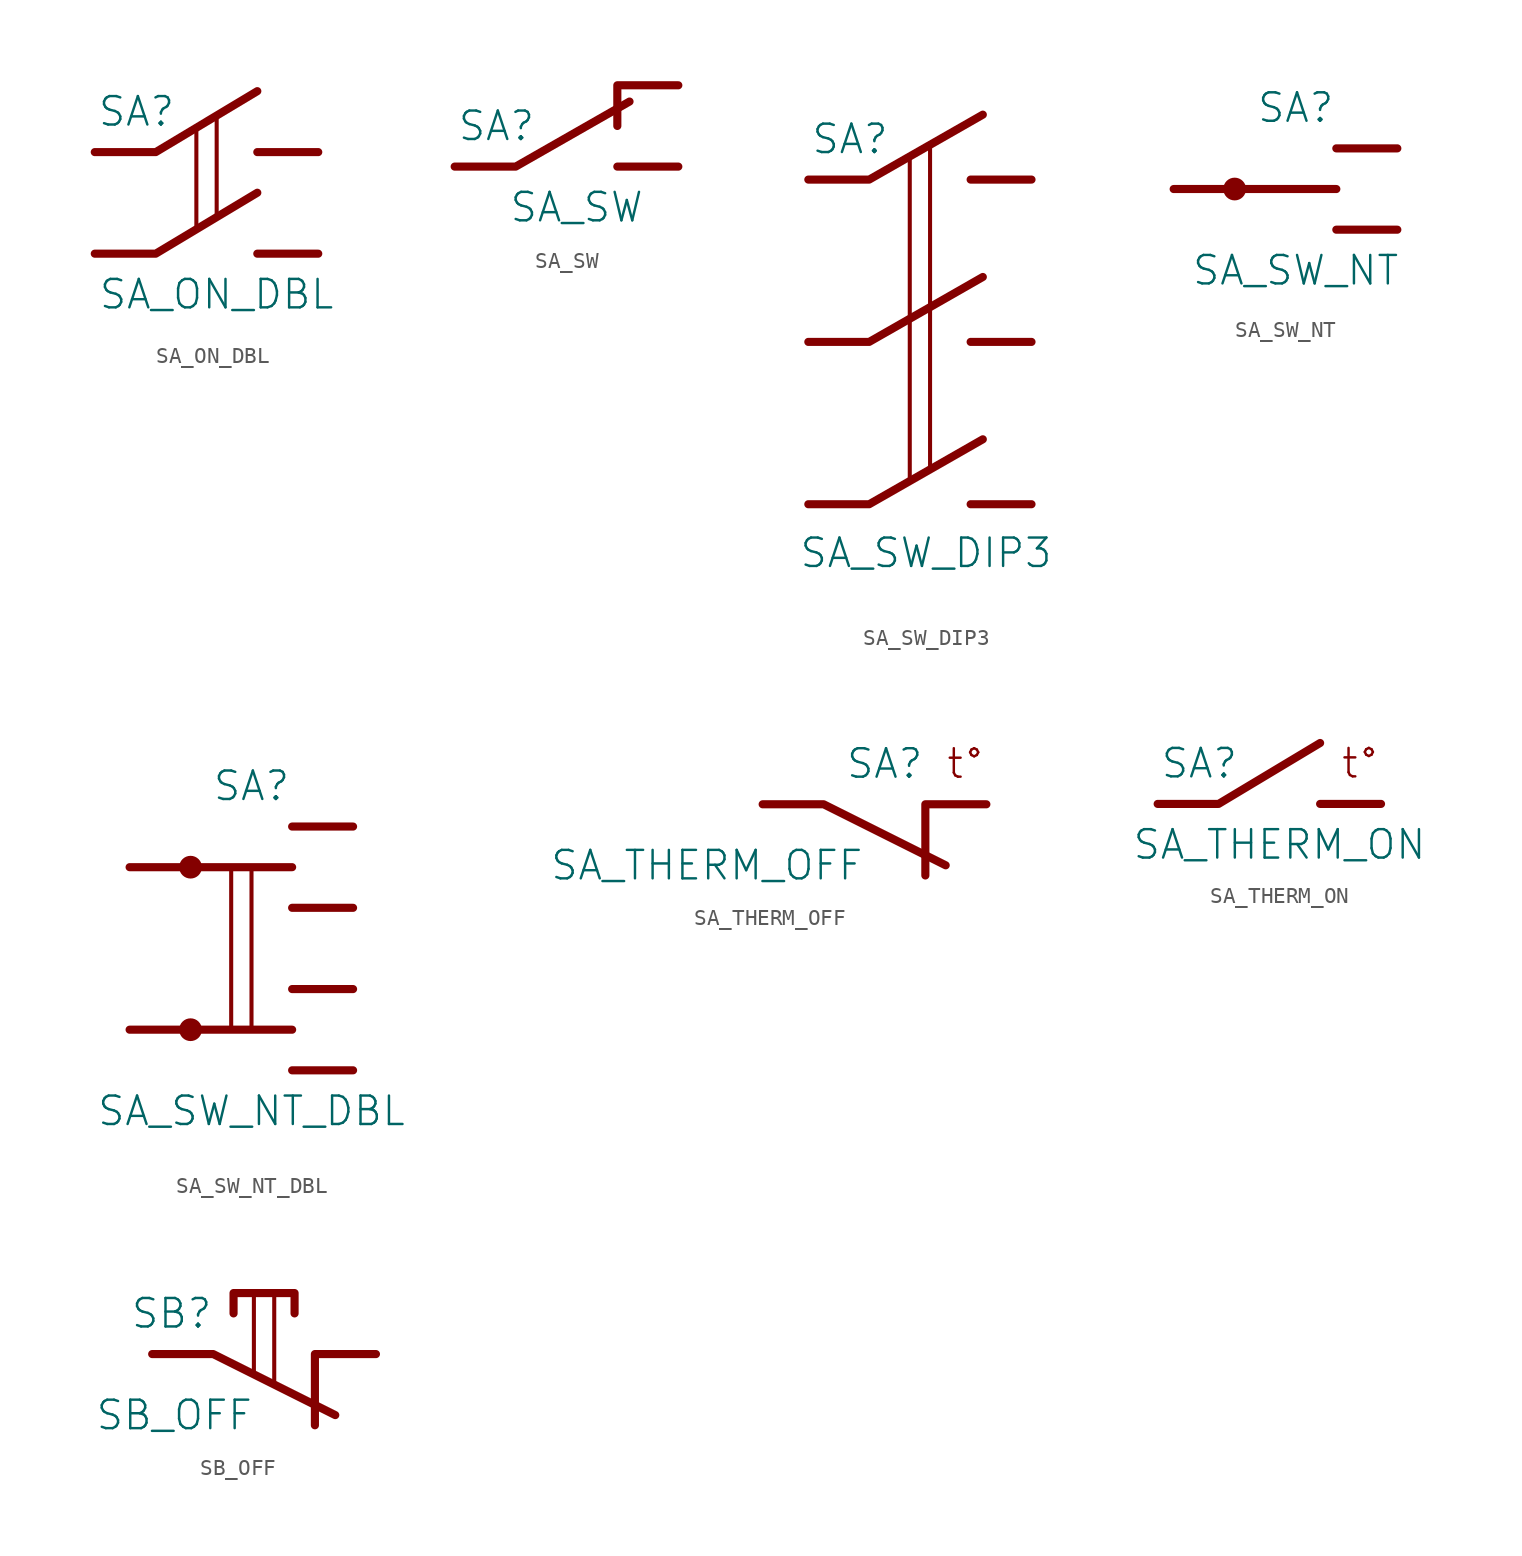
<source format=kicad_sym>
(kicad_symbol_lib
  (version 20211014)
  (generator kicad_symbol_editor)
  (symbol "SA_ON_DBL"
    (pin_names
      (offset 0))
    (property "Reference" "SA"
      (at -2.54 6.35 0)
      (effects (font (size 1.778 1.778)) (justify right)))
    (property "Value" "SA_ON_DBL"
      (at 0 -5.08 0)
      (effects (font (size 1.778 1.778))))
    (symbol "SA_ON_DBL_0_1"
      (polyline (pts (xy -1.27 5.334) (xy -1.27 -1.016)) (stroke (width 0.254) (type default) (color 0 0 0 0)) (fill (type none)))
      (polyline (pts (xy 0 6.096) (xy 0 -0.254)) (stroke (width 0.254) (type default) (color 0 0 0 0)) (fill (type none)))
      (polyline (pts (xy 6.35 -2.54) (xy 2.54 -2.54)) (stroke (width 0.508) (type default) (color 0 0 0 0)) (fill (type none)))
      (polyline (pts (xy 6.35 3.81) (xy 2.54 3.81)) (stroke (width 0.508) (type default) (color 0 0 0 0)) (fill (type none)))
      (polyline (pts (xy -7.62 -2.54) (xy -3.81 -2.54) (xy 2.54 1.27)) (stroke (width 0.508) (type default) (color 0 0 0 0)) (fill (type none)))
      (polyline (pts (xy -7.62 3.81) (xy -3.81 3.81) (xy 2.54 7.62)) (stroke (width 0.508) (type default) (color 0 0 0 0)) (fill (type none))))
    (symbol "SA_ON_DBL_1_1"
      (pin passive line (at -7.62 3.81 0) (length 2.54) hide (name "~" (effects (font (size 1.27 1.27)))) (number "1" (effects (font (size 1.27 1.27)))))
      (pin passive line (at 6.35 3.81 180) (length 2.54) hide (name "~" (effects (font (size 1.27 1.27)))) (number "2" (effects (font (size 1.27 1.27)))))
      (pin passive line (at -7.62 -2.54 0) (length 2.54) hide (name "~" (effects (font (size 1.27 1.27)))) (number "3" (effects (font (size 1.27 1.27)))))
      (pin passive line (at 6.35 -2.54 180) (length 2.54) hide (name "~" (effects (font (size 1.27 1.27)))) (number "4" (effects (font (size 1.27 1.27)))))))
  (symbol "SA_SW"
    (pin_names
      (offset 0))
    (property "Reference" "SA"
      (at -2.54 2.54 0)
      (effects (font (size 1.778 1.778)) (justify right)))
    (property "Value" "SA_SW"
      (at 0 -2.54 0)
      (effects (font (size 1.778 1.778))))
    (symbol "SA_SW_0_1"
      (polyline (pts (xy 2.54 0) (xy 6.35 0)) (stroke (width 0.508) (type default) (color 0 0 0 0)) (fill (type none)))
      (polyline (pts (xy 3.302 4.064) (xy -3.81 0) (xy -7.62 0)) (stroke (width 0.508) (type default) (color 0 0 0 0)) (fill (type none)))
      (polyline (pts (xy 6.35 5.08) (xy 2.54 5.08) (xy 2.54 2.54)) (stroke (width 0.508) (type default) (color 0 0 0 0)) (fill (type none))))
    (symbol "SA_SW_1_1"
      (pin passive line (at 6.35 5.08 180) (length 2.54) hide (name "~" (effects (font (size 1.27 1.27)))) (number "1" (effects (font (size 1.27 1.27)))))
      (pin passive line (at -7.62 0 0) (length 2.54) hide (name "~" (effects (font (size 1.27 1.27)))) (number "2" (effects (font (size 1.27 1.27)))))
      (pin passive line (at 6.35 0 180) (length 2.54) hide (name "~" (effects (font (size 1.27 1.27)))) (number "3" (effects (font (size 1.27 1.27)))))))
  (symbol "SA_SW_DIP3"
    (pin_names
      (offset 0))
    (property "Reference" "SA"
      (at -2.54 7.62 0)
      (effects (font (size 1.778 1.778)) (justify right)))
    (property "Value" "SA_SW_DIP3"
      (at -0.254 -18.288 0)
      (effects (font (size 1.778 1.778))))
    (symbol "SA_SW_DIP3_0_1"
      (polyline (pts (xy -1.27 6.477) (xy -1.27 -3.683)) (stroke (width 0.254) (type default) (color 0 0 0 0)) (fill (type none)))
      (polyline (pts (xy 0 -2.921) (xy 0 7.239)) (stroke (width 0.254) (type default) (color 0 0 0 0)) (fill (type none)))
      (polyline (pts (xy 2.54 -5.08) (xy 6.35 -5.08)) (stroke (width 0.508) (type default) (color 0 0 0 0)) (fill (type none)))
      (polyline (pts (xy 2.54 5.08) (xy 6.35 5.08)) (stroke (width 0.508) (type default) (color 0 0 0 0)) (fill (type none)))
      (polyline (pts (xy 3.302 -1.016) (xy -3.81 -5.08) (xy -7.62 -5.08)) (stroke (width 0.508) (type default) (color 0 0 0 0)) (fill (type none)))
      (polyline (pts (xy 3.302 9.144) (xy -3.81 5.08) (xy -7.62 5.08)) (stroke (width 0.508) (type default) (color 0 0 0 0)) (fill (type none))))
    (symbol "SA_SW_DIP3_1_1"
      (polyline (pts (xy -1.27 -3.683) (xy -1.27 -13.843)) (stroke (width 0.254) (type default) (color 0 0 0 0)) (fill (type none)))
      (polyline (pts (xy 0 -13.081) (xy 0 -2.921)) (stroke (width 0.254) (type default) (color 0 0 0 0)) (fill (type none)))
      (polyline (pts (xy 2.54 -15.24) (xy 6.35 -15.24)) (stroke (width 0.508) (type default) (color 0 0 0 0)) (fill (type none)))
      (polyline (pts (xy 3.302 -11.176) (xy -3.81 -15.24) (xy -7.62 -15.24)) (stroke (width 0.508) (type default) (color 0 0 0 0)) (fill (type none)))
      (pin passive line (at 6.35 5.08 180) (length 2.54) hide (name "~" (effects (font (size 1.27 1.27)))) (number "1" (effects (font (size 1.27 1.27)))))
      (pin passive line (at 6.35 -5.08 180) (length 2.54) hide (name "~" (effects (font (size 1.27 1.27)))) (number "2" (effects (font (size 1.27 1.27)))))
      (pin passive line (at 6.35 -15.24 180) (length 2.54) hide (name "~" (effects (font (size 1.27 1.27)))) (number "3" (effects (font (size 1.27 1.27)))))
      (pin passive line (at -7.62 5.08 0) (length 2.54) hide (name "~" (effects (font (size 1.27 1.27)))) (number "4" (effects (font (size 1.27 1.27)))))
      (pin passive line (at -7.62 -5.08 0) (length 2.54) hide (name "~" (effects (font (size 1.27 1.27)))) (number "5" (effects (font (size 1.27 1.27)))))
      (pin passive line (at -7.62 -15.24 0) (length 2.54) hide (name "~" (effects (font (size 1.27 1.27)))) (number "6" (effects (font (size 1.27 1.27)))))))
  (symbol "SA_SW_NT"
    (pin_names
      (offset 0))
    (property "Reference" "SA"
      (at 0 5.08 0)
      (effects (font (size 1.778 1.778))))
    (property "Value" "SA_SW_NT"
      (at 0 -5.08 0)
      (effects (font (size 1.778 1.778))))
    (symbol "SA_SW_NT_0_1"
      (circle (center -3.81 0) (radius 0.635) (stroke (width 0) (type default) (color 0 0 0 0)) (fill (type outline)))
      (polyline (pts (xy -7.62 0) (xy 2.54 0)) (stroke (width 0.508) (type default) (color 0 0 0 0)) (fill (type none)))
      (polyline (pts (xy 2.54 -2.54) (xy 6.35 -2.54)) (stroke (width 0.508) (type default) (color 0 0 0 0)) (fill (type none)))
      (polyline (pts (xy 2.54 2.54) (xy 6.35 2.54)) (stroke (width 0.508) (type default) (color 0 0 0 0)) (fill (type none))))
    (symbol "SA_SW_NT_1_1"
      (pin passive line (at 6.35 2.54 180) (length 2.54) hide (name "~" (effects (font (size 1.27 1.27)))) (number "1" (effects (font (size 1.27 1.27)))))
      (pin passive line (at -7.62 0 0) (length 2.54) hide (name "~" (effects (font (size 1.27 1.27)))) (number "2" (effects (font (size 1.27 1.27)))))
      (pin passive line (at 6.35 -2.54 180) (length 2.54) hide (name "~" (effects (font (size 1.27 1.27)))) (number "3" (effects (font (size 1.27 1.27)))))))
  (symbol "SA_SW_NT_DBL"
    (pin_names
      (offset 0))
    (property "Reference" "SA"
      (at 0 10.16 0)
      (effects (font (size 1.778 1.778))))
    (property "Value" "SA_SW_NT_DBL"
      (at 0 -10.16 0)
      (effects (font (size 1.778 1.778))))
    (symbol "SA_SW_NT_DBL_0_1"
      (circle (center -3.81 -5.08) (radius 0.635) (stroke (width 0) (type default) (color 0 0 0 0)) (fill (type outline)))
      (circle (center -3.81 5.08) (radius 0.635) (stroke (width 0) (type default) (color 0 0 0 0)) (fill (type outline)))
      (polyline (pts (xy -7.62 -5.08) (xy 2.54 -5.08)) (stroke (width 0.508) (type default) (color 0 0 0 0)) (fill (type none)))
      (polyline (pts (xy -7.62 5.08) (xy 2.54 5.08)) (stroke (width 0.508) (type default) (color 0 0 0 0)) (fill (type none)))
      (polyline (pts (xy -1.27 5.08) (xy -1.27 -5.08)) (stroke (width 0.254) (type default) (color 0 0 0 0)) (fill (type none)))
      (polyline (pts (xy 0 5.08) (xy 0 -5.08)) (stroke (width 0.254) (type default) (color 0 0 0 0)) (fill (type none)))
      (polyline (pts (xy 2.54 -7.62) (xy 6.35 -7.62)) (stroke (width 0.508) (type default) (color 0 0 0 0)) (fill (type none)))
      (polyline (pts (xy 2.54 -2.54) (xy 6.35 -2.54)) (stroke (width 0.508) (type default) (color 0 0 0 0)) (fill (type none)))
      (polyline (pts (xy 2.54 2.54) (xy 6.35 2.54)) (stroke (width 0.508) (type default) (color 0 0 0 0)) (fill (type none)))
      (polyline (pts (xy 2.54 7.62) (xy 6.35 7.62)) (stroke (width 0.508) (type default) (color 0 0 0 0)) (fill (type none))))
    (symbol "SA_SW_NT_DBL_1_1"
      (pin passive line (at 6.35 7.62 180) (length 2.54) hide (name "~" (effects (font (size 1.27 1.27)))) (number "1" (effects (font (size 1.27 1.27)))))
      (pin passive line (at -7.62 5.08 0) (length 2.54) hide (name "~" (effects (font (size 1.27 1.27)))) (number "2" (effects (font (size 1.27 1.27)))))
      (pin passive line (at 6.35 2.54 180) (length 2.54) hide (name "~" (effects (font (size 1.27 1.27)))) (number "3" (effects (font (size 1.27 1.27)))))
      (pin passive line (at 6.35 -2.54 180) (length 2.54) hide (name "~" (effects (font (size 1.27 1.27)))) (number "4" (effects (font (size 1.27 1.27)))))
      (pin passive line (at -7.62 -5.08 0) (length 2.54) hide (name "~" (effects (font (size 1.27 1.27)))) (number "5" (effects (font (size 1.27 1.27)))))
      (pin passive line (at 6.35 -7.62 180) (length 2.54) hide (name "~" (effects (font (size 1.27 1.27)))) (number "6" (effects (font (size 1.27 1.27)))))))
  (symbol "SA_THERM_OFF"
    (pin_names
      (offset 0))
    (property "Reference" "SA"
      (at 0 2.54 0)
      (effects (font (size 1.778 1.778))))
    (property "Value" "SA_THERM_OFF"
      (at -1.27 -3.81 0)
      (effects (font (size 1.778 1.778)) (justify right)))
    (symbol "SA_THERM_OFF_0_0"
      (text "t°" (at 5.08 2.54 0) (effects (font (size 1.778 1.778)))))
    (symbol "SA_THERM_OFF_0_1"
      (polyline (pts (xy -7.62 0) (xy -3.81 0) (xy 3.81 -3.81)) (stroke (width 0.508) (type default) (color 0 0 0 0)) (fill (type none)))
      (polyline (pts (xy 6.35 0) (xy 2.54 0) (xy 2.54 -4.445)) (stroke (width 0.508) (type default) (color 0 0 0 0)) (fill (type none))))
    (symbol "SA_THERM_OFF_1_1"
      (pin passive line (at -7.62 0 0) (length 2.54) hide (name "~" (effects (font (size 1.27 1.27)))) (number "1" (effects (font (size 1.27 1.27)))))
      (pin passive line (at 6.35 0 180) (length 2.54) hide (name "~" (effects (font (size 1.27 1.27)))) (number "2" (effects (font (size 1.27 1.27)))))))
  (symbol "SA_THERM_ON"
    (pin_names
      (offset 0))
    (property "Reference" "SA"
      (at -2.54 2.54 0)
      (effects (font (size 1.778 1.778)) (justify right)))
    (property "Value" "SA_THERM_ON"
      (at 0 -2.54 0)
      (effects (font (size 1.778 1.778))))
    (symbol "SA_THERM_ON_0_0"
      (text "t°" (at 5.08 2.54 0) (effects (font (size 1.778 1.778)))))
    (symbol "SA_THERM_ON_0_1"
      (polyline (pts (xy 6.35 0) (xy 2.54 0)) (stroke (width 0.508) (type default) (color 0 0 0 0)) (fill (type none)))
      (polyline (pts (xy -7.62 0) (xy -3.81 0) (xy 2.54 3.81)) (stroke (width 0.508) (type default) (color 0 0 0 0)) (fill (type none))))
    (symbol "SA_THERM_ON_1_1"
      (pin passive line (at -7.62 0 0) (length 2.54) hide (name "~" (effects (font (size 1.27 1.27)))) (number "1" (effects (font (size 1.27 1.27)))))
      (pin passive line (at 6.35 0 180) (length 2.54) hide (name "~" (effects (font (size 1.27 1.27)))) (number "2" (effects (font (size 1.27 1.27)))))))
  (symbol "SB_OFF"
    (pin_names
      (offset 0))
    (property "Reference" "SB"
      (at -3.81 2.54 0)
      (effects (font (size 1.778 1.778)) (justify right)))
    (property "Value" "SB_OFF"
      (at -1.27 -3.81 0)
      (effects (font (size 1.778 1.778)) (justify right)))
    (symbol "SB_OFF_0_1"
      (polyline (pts (xy -1.27 3.81) (xy -1.27 -1.27)) (stroke (width 0.254) (type default) (color 0 0 0 0)) (fill (type none)))
      (polyline (pts (xy 0 3.81) (xy 0 -1.905)) (stroke (width 0.254) (type default) (color 0 0 0 0)) (fill (type none)))
      (polyline (pts (xy -7.62 0) (xy -3.81 0) (xy 3.81 -3.81)) (stroke (width 0.508) (type default) (color 0 0 0 0)) (fill (type none)))
      (polyline (pts (xy 6.35 0) (xy 2.54 0) (xy 2.54 -4.445)) (stroke (width 0.508) (type default) (color 0 0 0 0)) (fill (type none)))
      (polyline (pts (xy -2.54 2.54) (xy -2.54 3.81) (xy 1.27 3.81) (xy 1.27 2.54)) (stroke (width 0.508) (type default) (color 0 0 0 0)) (fill (type none))))
    (symbol "SB_OFF_1_1"
      (pin passive line (at -7.62 0 0) (length 2.54) hide (name "~" (effects (font (size 1.27 1.27)))) (number "1" (effects (font (size 1.27 1.27)))))
      (pin passive line (at 6.35 0 180) (length 2.54) hide (name "~" (effects (font (size 1.27 1.27)))) (number "2" (effects (font (size 1.27 1.27))))))))
</source>
